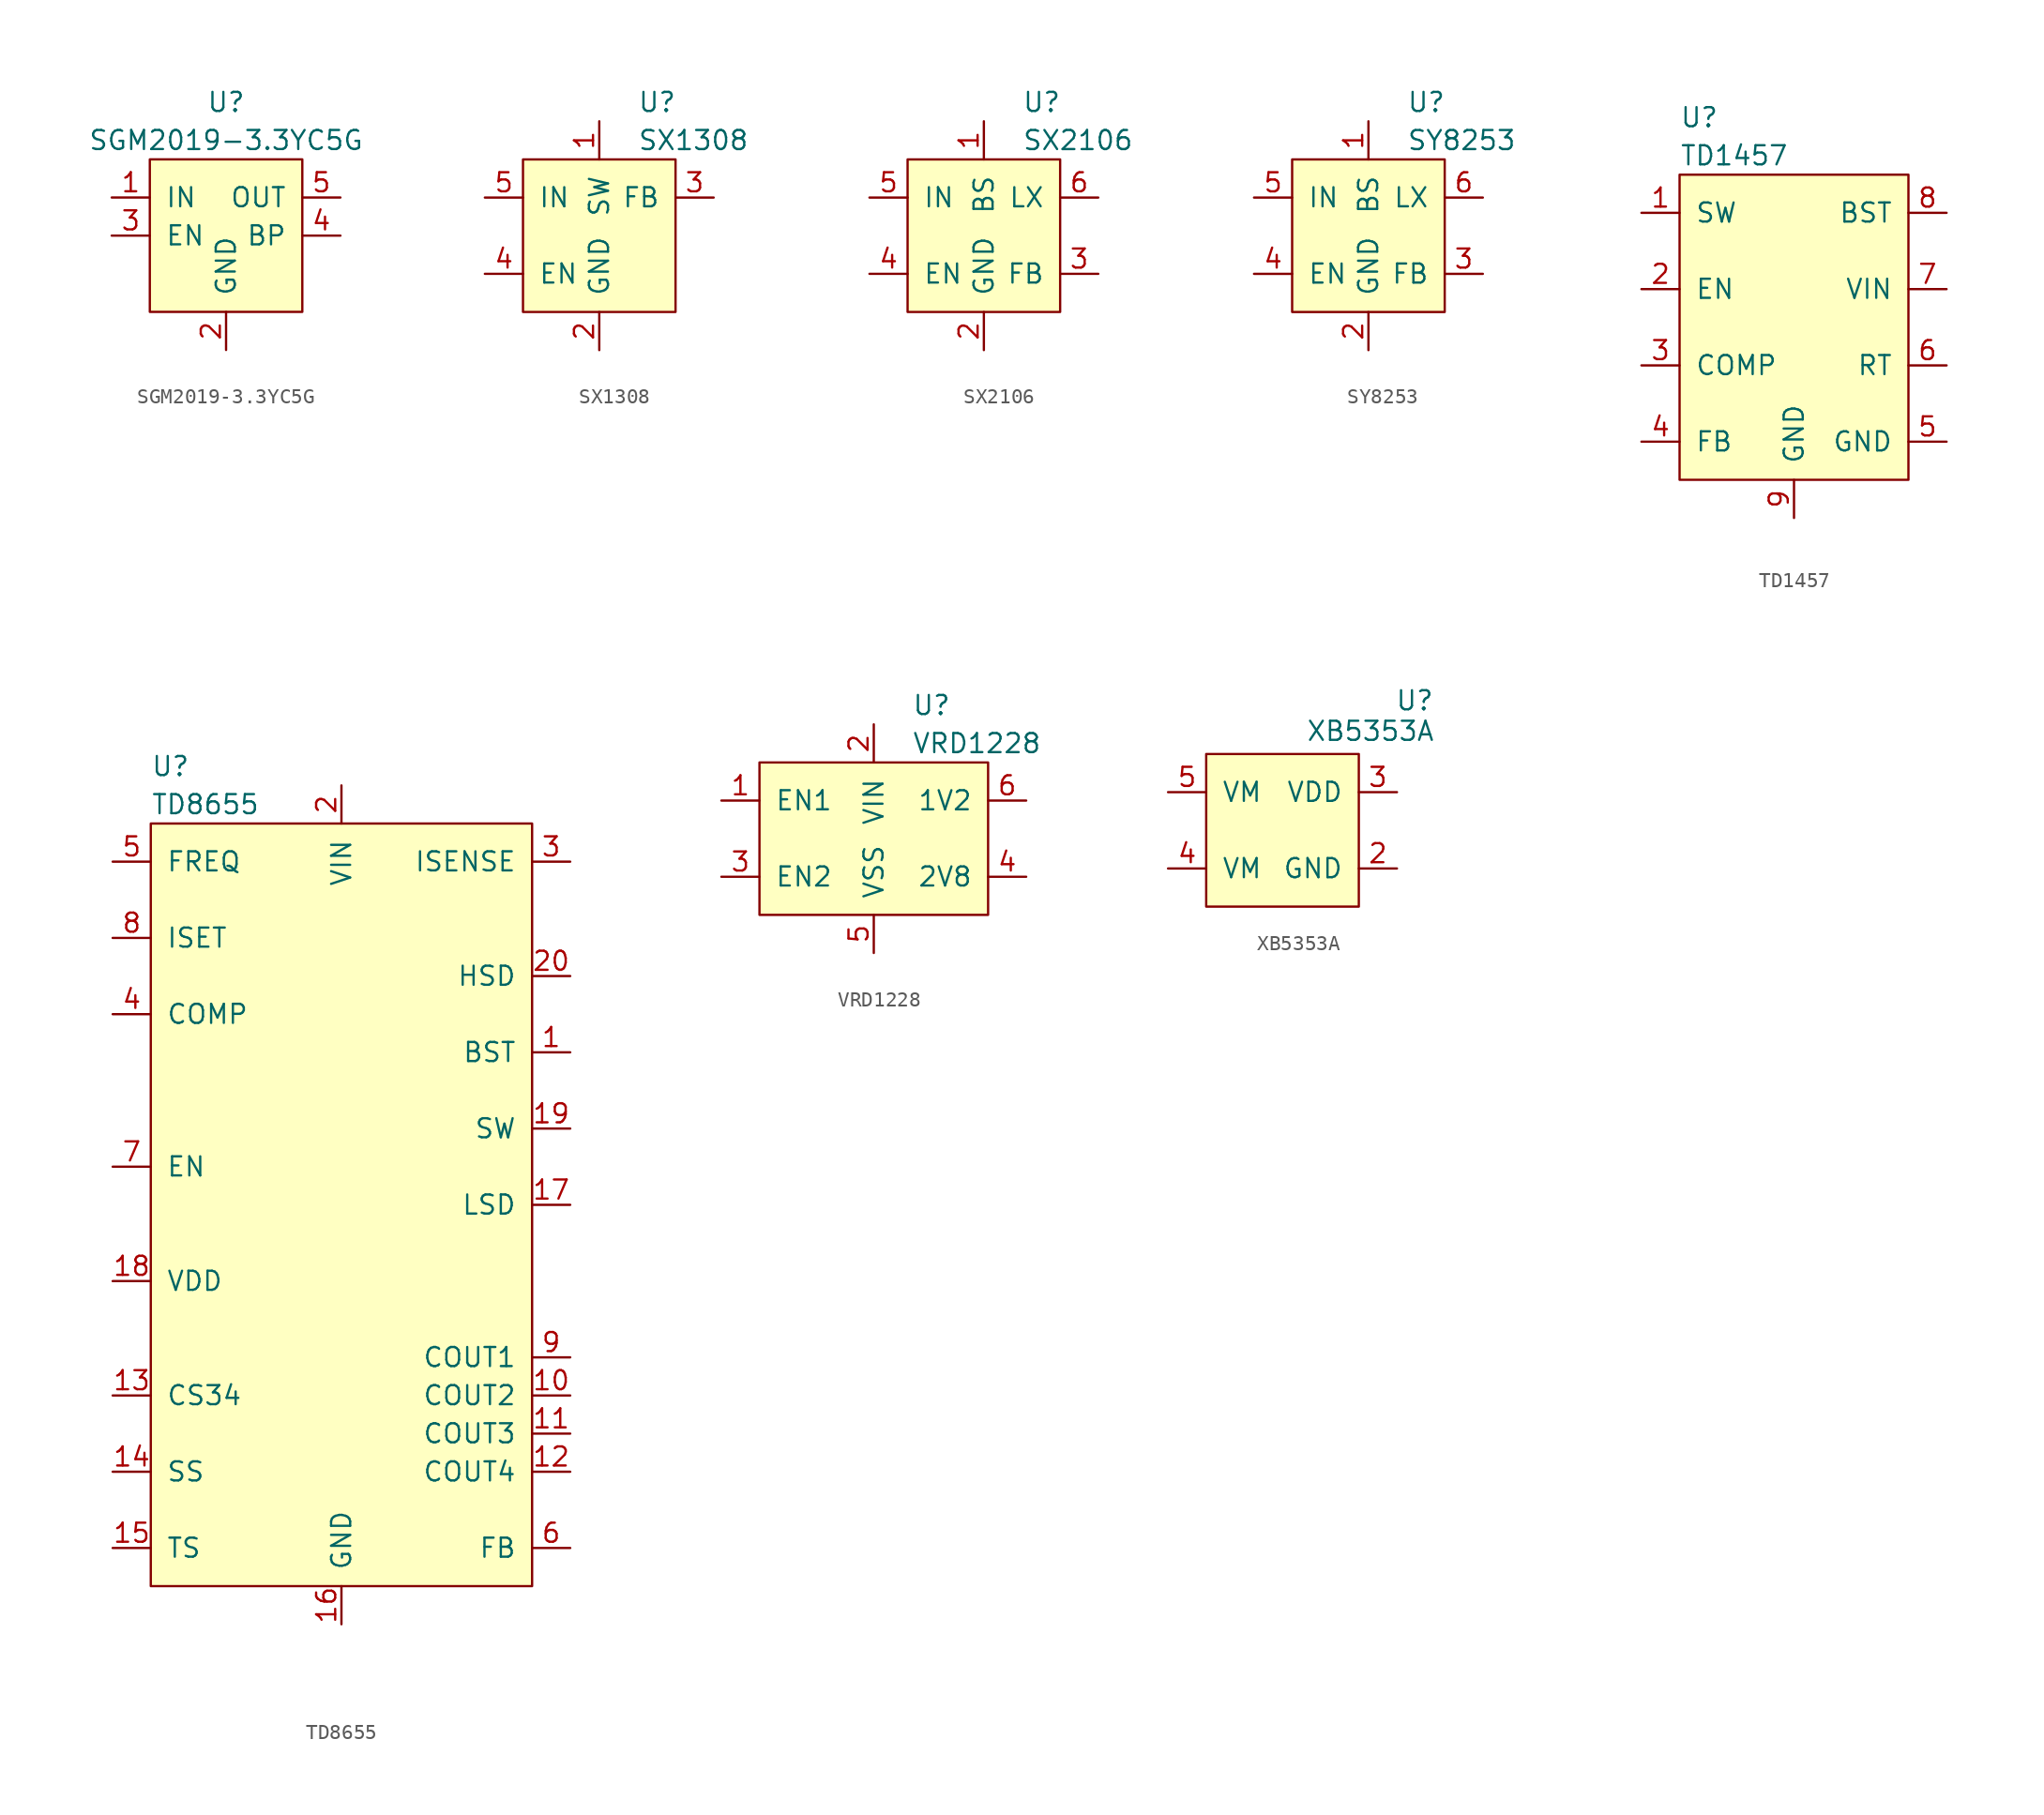
<source format=kicad_sym>
(kicad_symbol_lib
  (version 20241209)
  (generator "kicad_symbol_editor")
  (generator_version "9.0")
  (symbol "SGM2019-3.3YC5G"
    (pin_names
      (offset 1.016))
    (property "Reference" "U"
      (at 0 6.35 0)
      (effects (font (size 1.27 1.27))))
    (property "Value" "SGM2019-3.3YC5G"
      (at 0 3.81 0)
      (effects (font (size 1.27 1.27))))
    (symbol "SGM2019-3.3YC5G_0_1"
      (rectangle (start -5.08 2.54) (end 5.08 -7.62) (stroke (width 0) (type default)) (fill (type background))))
    (symbol "SGM2019-3.3YC5G_1_1"
      (pin power_in line (at -7.62 0 0) (length 2.54) (name "IN" (effects (font (size 1.27 1.27)))) (number "1" (effects (font (size 1.27 1.27)))))
      (pin input line (at -7.62 -2.54 0) (length 2.54) (name "EN" (effects (font (size 1.27 1.27)))) (number "3" (effects (font (size 1.27 1.27)))))
      (pin power_in line (at 0 -10.16 90) (length 2.54) (name "GND" (effects (font (size 1.27 1.27)))) (number "2" (effects (font (size 1.27 1.27)))))
      (pin input line (at 7.62 0 180) (length 2.54) (name "OUT" (effects (font (size 1.27 1.27)))) (number "5" (effects (font (size 1.27 1.27)))))
      (pin output line (at 7.62 -2.54 180) (length 2.54) (name "BP" (effects (font (size 1.27 1.27)))) (number "4" (effects (font (size 1.27 1.27)))))))
  (symbol "SX1308"
    (pin_names
      (offset 1.016))
    (property "Reference" "U"
      (at 2.54 8.89 0)
      (effects (font (size 1.27 1.27)) (justify left)))
    (property "Value" "SX1308"
      (at 2.54 6.35 0)
      (effects (font (size 1.27 1.27)) (justify left)))
    (symbol "SX1308_0_1"
      (rectangle (start -5.08 5.08) (end 5.08 -5.08) (stroke (width 0) (type default)) (fill (type background))))
    (symbol "SX1308_1_1"
      (pin power_in line (at -7.62 2.54 0) (length 2.54) (name "IN" (effects (font (size 1.27 1.27)))) (number "5" (effects (font (size 1.27 1.27)))))
      (pin input line (at -7.62 -2.54 0) (length 2.54) (name "EN" (effects (font (size 1.27 1.27)))) (number "4" (effects (font (size 1.27 1.27)))))
      (pin power_in line (at 0 7.62 270) (length 2.54) (name "SW" (effects (font (size 1.27 1.27)))) (number "1" (effects (font (size 1.27 1.27)))))
      (pin power_in line (at 0 -7.62 90) (length 2.54) (name "GND" (effects (font (size 1.27 1.27)))) (number "2" (effects (font (size 1.27 1.27)))))
      (pin input line (at 7.62 2.54 180) (length 2.54) (name "FB" (effects (font (size 1.27 1.27)))) (number "3" (effects (font (size 1.27 1.27)))))
      (pin no_connect line (at 7.62 -2.54 180) (length 2.54) (hide yes) (name "NC" (effects (font (size 1.27 1.27)))) (number "6" (effects (font (size 1.27 1.27)))))))
  (symbol "SX2106"
    (pin_names
      (offset 1.016))
    (property "Reference" "U"
      (at 2.54 8.89 0)
      (effects (font (size 1.27 1.27)) (justify left)))
    (property "Value" "SX2106"
      (at 2.54 6.35 0)
      (effects (font (size 1.27 1.27)) (justify left)))
    (symbol "SX2106_0_1"
      (rectangle (start -5.08 5.08) (end 5.08 -5.08) (stroke (width 0) (type default)) (fill (type background))))
    (symbol "SX2106_1_1"
      (pin power_in line (at -7.62 2.54 0) (length 2.54) (name "IN" (effects (font (size 1.27 1.27)))) (number "5" (effects (font (size 1.27 1.27)))))
      (pin input line (at -7.62 -2.54 0) (length 2.54) (name "EN" (effects (font (size 1.27 1.27)))) (number "4" (effects (font (size 1.27 1.27)))))
      (pin input line (at 0 7.62 270) (length 2.54) (name "BS" (effects (font (size 1.27 1.27)))) (number "1" (effects (font (size 1.27 1.27)))))
      (pin power_in line (at 0 -7.62 90) (length 2.54) (name "GND" (effects (font (size 1.27 1.27)))) (number "2" (effects (font (size 1.27 1.27)))))
      (pin power_out line (at 7.62 2.54 180) (length 2.54) (name "LX" (effects (font (size 1.27 1.27)))) (number "6" (effects (font (size 1.27 1.27)))))
      (pin input line (at 7.62 -2.54 180) (length 2.54) (name "FB" (effects (font (size 1.27 1.27)))) (number "3" (effects (font (size 1.27 1.27)))))))
  (symbol "SY8253"
    (pin_names
      (offset 1.016))
    (property "Reference" "U"
      (at 2.54 8.89 0)
      (effects (font (size 1.27 1.27)) (justify left)))
    (property "Value" "SY8253"
      (at 2.54 6.35 0)
      (effects (font (size 1.27 1.27)) (justify left)))
    (symbol "SY8253_0_1"
      (rectangle (start -5.08 5.08) (end 5.08 -5.08) (stroke (width 0) (type default)) (fill (type background))))
    (symbol "SY8253_1_1"
      (pin power_in line (at -7.62 2.54 0) (length 2.54) (name "IN" (effects (font (size 1.27 1.27)))) (number "5" (effects (font (size 1.27 1.27)))))
      (pin input line (at -7.62 -2.54 0) (length 2.54) (name "EN" (effects (font (size 1.27 1.27)))) (number "4" (effects (font (size 1.27 1.27)))))
      (pin input line (at 0 7.62 270) (length 2.54) (name "BS" (effects (font (size 1.27 1.27)))) (number "1" (effects (font (size 1.27 1.27)))))
      (pin power_in line (at 0 -7.62 90) (length 2.54) (name "GND" (effects (font (size 1.27 1.27)))) (number "2" (effects (font (size 1.27 1.27)))))
      (pin power_out line (at 7.62 2.54 180) (length 2.54) (name "LX" (effects (font (size 1.27 1.27)))) (number "6" (effects (font (size 1.27 1.27)))))
      (pin input line (at 7.62 -2.54 180) (length 2.54) (name "FB" (effects (font (size 1.27 1.27)))) (number "3" (effects (font (size 1.27 1.27)))))))
  (symbol "TD1457"
    (pin_names
      (offset 1.016))
    (property "Reference" "U"
      (at -7.62 13.97 0)
      (effects (font (size 1.27 1.27)) (justify left)))
    (property "Value" "TD1457"
      (at -7.62 11.43 0)
      (effects (font (size 1.27 1.27)) (justify left)))
    (symbol "TD1457_0_1"
      (rectangle (start -7.62 10.16) (end 7.62 -10.16) (stroke (width 0) (type default)) (fill (type background))))
    (symbol "TD1457_1_1"
      (pin power_out line (at -10.16 7.62 0) (length 2.54) (name "SW" (effects (font (size 1.27 1.27)))) (number "1" (effects (font (size 1.27 1.27)))))
      (pin input line (at -10.16 2.54 0) (length 2.54) (name "EN" (effects (font (size 1.27 1.27)))) (number "2" (effects (font (size 1.27 1.27)))))
      (pin input line (at -10.16 -2.54 0) (length 2.54) (name "COMP" (effects (font (size 1.27 1.27)))) (number "3" (effects (font (size 1.27 1.27)))))
      (pin input line (at -10.16 -7.62 0) (length 2.54) (name "FB" (effects (font (size 1.27 1.27)))) (number "4" (effects (font (size 1.27 1.27)))))
      (pin power_in line (at 0 -12.7 90) (length 2.54) (name "GND" (effects (font (size 1.27 1.27)))) (number "9" (effects (font (size 1.27 1.27)))))
      (pin input line (at 10.16 7.62 180) (length 2.54) (name "BST" (effects (font (size 1.27 1.27)))) (number "8" (effects (font (size 1.27 1.27)))))
      (pin power_in line (at 10.16 2.54 180) (length 2.54) (name "VIN" (effects (font (size 1.27 1.27)))) (number "7" (effects (font (size 1.27 1.27)))))
      (pin input line (at 10.16 -2.54 180) (length 2.54) (name "RT" (effects (font (size 1.27 1.27)))) (number "6" (effects (font (size 1.27 1.27)))))
      (pin power_in line (at 10.16 -7.62 180) (length 2.54) (name "GND" (effects (font (size 1.27 1.27)))) (number "5" (effects (font (size 1.27 1.27)))))))
  (symbol "TD8655"
    (pin_names
      (offset 1.016))
    (property "Reference" "U"
      (at -12.7 29.21 0)
      (effects (font (size 1.27 1.27)) (justify left)))
    (property "Value" "TD8655"
      (at -12.7 26.67 0)
      (effects (font (size 1.27 1.27)) (justify left)))
    (symbol "TD8655_0_1"
      (rectangle (start -12.7 25.4) (end 12.7 -25.4) (stroke (width 0) (type default)) (fill (type background))))
    (symbol "TD8655_1_1"
      (pin input line (at -15.24 22.86 0) (length 2.54) (name "FREQ" (effects (font (size 1.27 1.27)))) (number "5" (effects (font (size 1.27 1.27)))))
      (pin input line (at -15.24 17.78 0) (length 2.54) (name "ISET" (effects (font (size 1.27 1.27)))) (number "8" (effects (font (size 1.27 1.27)))))
      (pin input line (at -15.24 12.7 0) (length 2.54) (name "COMP" (effects (font (size 1.27 1.27)))) (number "4" (effects (font (size 1.27 1.27)))))
      (pin input line (at -15.24 2.54 0) (length 2.54) (name "EN" (effects (font (size 1.27 1.27)))) (number "7" (effects (font (size 1.27 1.27)))))
      (pin power_out line (at -15.24 -5.08 0) (length 2.54) (name "VDD" (effects (font (size 1.27 1.27)))) (number "18" (effects (font (size 1.27 1.27)))))
      (pin bidirectional line (at -15.24 -12.7 0) (length 2.54) (name "CS34" (effects (font (size 1.27 1.27)))) (number "13" (effects (font (size 1.27 1.27)))))
      (pin input line (at -15.24 -17.78 0) (length 2.54) (name "SS" (effects (font (size 1.27 1.27)))) (number "14" (effects (font (size 1.27 1.27)))))
      (pin input line (at -15.24 -22.86 0) (length 2.54) (name "TS" (effects (font (size 1.27 1.27)))) (number "15" (effects (font (size 1.27 1.27)))))
      (pin power_in line (at 0 27.94 270) (length 2.54) (name "VIN" (effects (font (size 1.27 1.27)))) (number "2" (effects (font (size 1.27 1.27)))))
      (pin power_in line (at 0 -27.94 90) (length 2.54) (name "GND" (effects (font (size 1.27 1.27)))) (number "16" (effects (font (size 1.27 1.27)))))
      (pin power_in line (at 0 -27.94 90) (length 2.54) (hide yes) (name "PGND" (effects (font (size 1.27 1.27)))) (number "21" (effects (font (size 1.27 1.27)))))
      (pin input line (at 15.24 22.86 180) (length 2.54) (name "ISENSE" (effects (font (size 1.27 1.27)))) (number "3" (effects (font (size 1.27 1.27)))))
      (pin output line (at 15.24 15.24 180) (length 2.54) (name "HSD" (effects (font (size 1.27 1.27)))) (number "20" (effects (font (size 1.27 1.27)))))
      (pin input line (at 15.24 10.16 180) (length 2.54) (name "BST" (effects (font (size 1.27 1.27)))) (number "1" (effects (font (size 1.27 1.27)))))
      (pin power_out line (at 15.24 5.08 180) (length 2.54) (name "SW" (effects (font (size 1.27 1.27)))) (number "19" (effects (font (size 1.27 1.27)))))
      (pin output line (at 15.24 0 180) (length 2.54) (name "LSD" (effects (font (size 1.27 1.27)))) (number "17" (effects (font (size 1.27 1.27)))))
      (pin input line (at 15.24 -10.16 180) (length 2.54) (name "COUT1" (effects (font (size 1.27 1.27)))) (number "9" (effects (font (size 1.27 1.27)))))
      (pin input line (at 15.24 -12.7 180) (length 2.54) (name "COUT2" (effects (font (size 1.27 1.27)))) (number "10" (effects (font (size 1.27 1.27)))))
      (pin input line (at 15.24 -15.24 180) (length 2.54) (name "COUT3" (effects (font (size 1.27 1.27)))) (number "11" (effects (font (size 1.27 1.27)))))
      (pin input line (at 15.24 -17.78 180) (length 2.54) (name "COUT4" (effects (font (size 1.27 1.27)))) (number "12" (effects (font (size 1.27 1.27)))))
      (pin input line (at 15.24 -22.86 180) (length 2.54) (name "FB" (effects (font (size 1.27 1.27)))) (number "6" (effects (font (size 1.27 1.27)))))))
  (symbol "VRD1228"
    (pin_names
      (offset 1.016))
    (property "Reference" "U"
      (at 2.54 8.89 0)
      (effects (font (size 1.27 1.27)) (justify left)))
    (property "Value" "VRD1228"
      (at 2.54 6.35 0)
      (effects (font (size 1.27 1.27)) (justify left)))
    (symbol "VRD1228_0_1"
      (rectangle (start -7.62 5.08) (end 7.62 -5.08) (stroke (width 0) (type default)) (fill (type background))))
    (symbol "VRD1228_1_1"
      (pin input line (at -10.16 2.54 0) (length 2.54) (name "EN1" (effects (font (size 1.27 1.27)))) (number "1" (effects (font (size 1.27 1.27)))))
      (pin input line (at -10.16 -2.54 0) (length 2.54) (name "EN2" (effects (font (size 1.27 1.27)))) (number "3" (effects (font (size 1.27 1.27)))))
      (pin power_in line (at 0 7.62 270) (length 2.54) (name "VIN" (effects (font (size 1.27 1.27)))) (number "2" (effects (font (size 1.27 1.27)))))
      (pin power_in line (at 0 -7.62 90) (length 2.54) (name "VSS" (effects (font (size 1.27 1.27)))) (number "5" (effects (font (size 1.27 1.27)))))
      (pin power_out line (at 10.16 2.54 180) (length 2.54) (name "1V2" (effects (font (size 1.27 1.27)))) (number "6" (effects (font (size 1.27 1.27)))))
      (pin power_out line (at 10.16 -2.54 180) (length 2.54) (name "2V8" (effects (font (size 1.27 1.27)))) (number "4" (effects (font (size 1.27 1.27)))))))
  (symbol "XB5353A"
    (pin_names
      (offset 1.016))
    (property "Reference" "U"
      (at 10.109 8.636 0)
      (effects (font (size 1.27 1.27)) (justify right)))
    (property "Value" "XB5353A"
      (at 10.16 6.604 0)
      (effects (font (size 1.27 1.27)) (justify right)))
    (symbol "XB5353A_0_1"
      (rectangle (start -5.08 5.08) (end 5.08 -5.08) (stroke (width 0) (type default)) (fill (type background))))
    (symbol "XB5353A_1_1"
      (pin power_in line (at -7.62 2.54 0) (length 2.54) (name "VM" (effects (font (size 1.27 1.27)))) (number "5" (effects (font (size 1.27 1.27)))))
      (pin power_in line (at -7.62 -2.54 0) (length 2.54) (name "VM" (effects (font (size 1.27 1.27)))) (number "4" (effects (font (size 1.27 1.27)))))
      (pin power_in line (at 7.62 2.54 180) (length 2.54) (name "VDD" (effects (font (size 1.27 1.27)))) (number "3" (effects (font (size 1.27 1.27)))))
      (pin input line (at 7.62 0 180) (length 2.54) (hide yes) (name "VT" (effects (font (size 1.27 1.27)))) (number "1" (effects (font (size 1.27 1.27)))))
      (pin power_in line (at 7.62 -2.54 180) (length 2.54) (name "GND" (effects (font (size 1.27 1.27)))) (number "2" (effects (font (size 1.27 1.27))))))))
</source>
